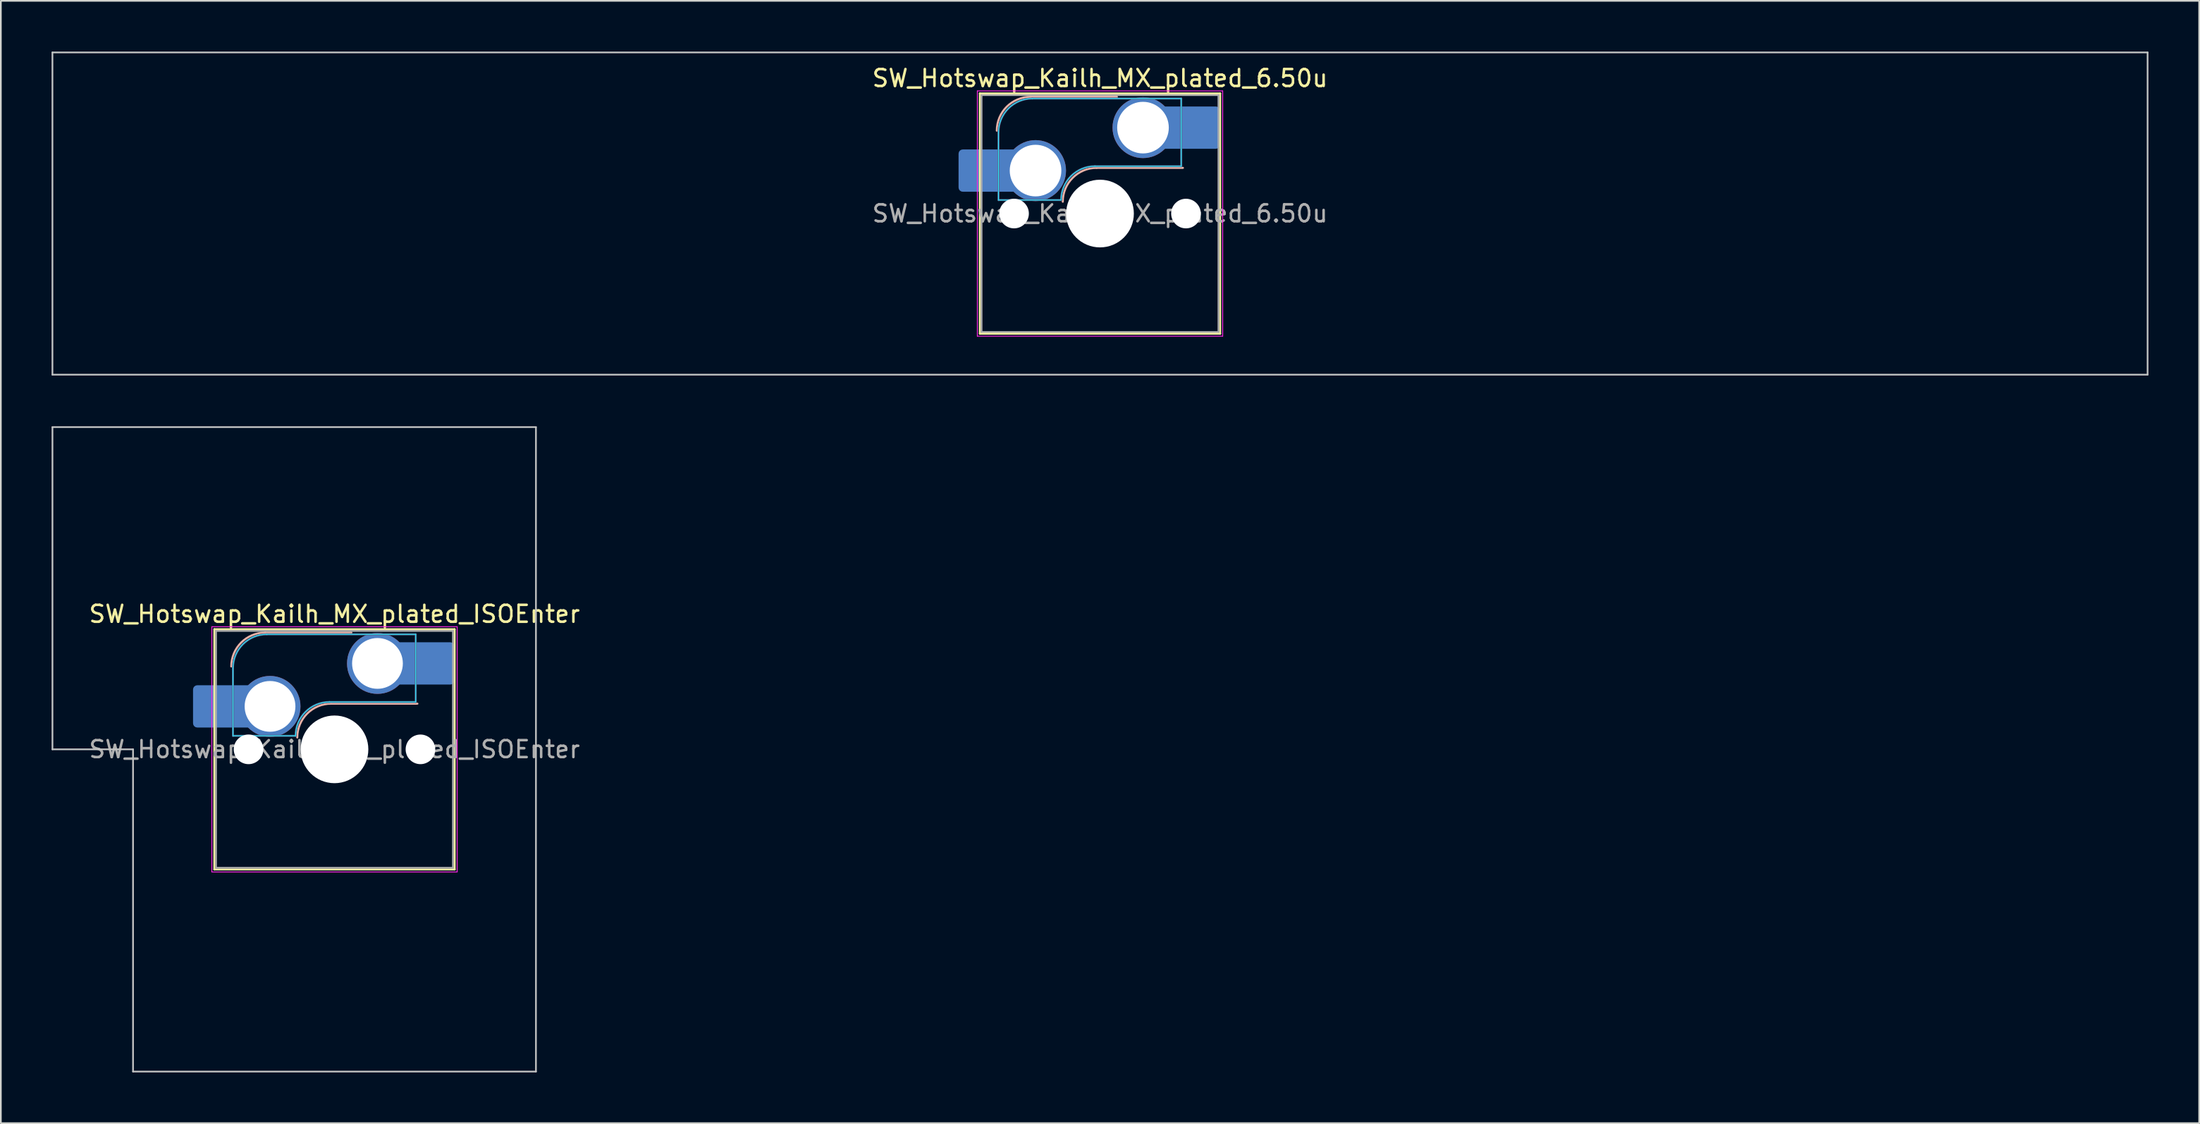
<source format=kicad_pcb>
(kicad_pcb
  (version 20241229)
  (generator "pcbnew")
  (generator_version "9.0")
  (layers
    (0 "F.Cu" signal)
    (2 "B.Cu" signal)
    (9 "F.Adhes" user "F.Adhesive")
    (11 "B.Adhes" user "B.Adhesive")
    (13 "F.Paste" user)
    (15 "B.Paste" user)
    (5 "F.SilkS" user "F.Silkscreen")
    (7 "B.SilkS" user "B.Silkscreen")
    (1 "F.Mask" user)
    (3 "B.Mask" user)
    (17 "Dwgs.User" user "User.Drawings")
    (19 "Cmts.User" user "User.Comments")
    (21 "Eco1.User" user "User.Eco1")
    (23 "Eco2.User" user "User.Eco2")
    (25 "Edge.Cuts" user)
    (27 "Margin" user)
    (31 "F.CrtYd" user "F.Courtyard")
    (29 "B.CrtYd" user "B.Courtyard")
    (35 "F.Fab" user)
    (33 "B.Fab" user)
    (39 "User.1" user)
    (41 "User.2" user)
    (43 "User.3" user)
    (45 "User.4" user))
  (footprint "SW_Hotswap_Kailh_MX_plated_6.50u"
    (layer "F.Cu")
    (at 61.962 9.575)
    (property "Reference" "SW_Hotswap_Kailh_MX_plated_6.50u" (at 0 -8 0) (layer "F.SilkS") (effects (font (size 1 1) (thickness 0.15))))
    (attr smd)
    (fp_line (start -7.1 -7.1) (end -7.1 7.1) (stroke (width 0.12) (type solid)) (layer "F.SilkS"))
    (fp_line (start -7.1 7.1) (end 7.1 7.1) (stroke (width 0.12) (type solid)) (layer "F.SilkS"))
    (fp_line (start 7.1 -7.1) (end -7.1 -7.1) (stroke (width 0.12) (type solid)) (layer "F.SilkS"))
    (fp_line (start 7.1 7.1) (end 7.1 -7.1) (stroke (width 0.12) (type solid)) (layer "F.SilkS"))
    (fp_line (start -4.1 -6.9) (end 1 -6.9) (stroke (width 0.12) (type solid)) (layer "B.SilkS"))
    (fp_line (start -0.2 -2.7) (end 4.9 -2.7) (stroke (width 0.12) (type solid)) (layer "B.SilkS"))
    (fp_arc (start -6.1 -4.9) (mid -5.514214 -6.314214) (end -4.1 -6.9) (stroke (width 0.12) (type solid)) (layer "B.SilkS"))
    (fp_arc (start -2.2 -0.7) (mid -1.614214 -2.114214) (end -0.2 -2.7) (stroke (width 0.12) (type solid)) (layer "B.SilkS"))
    (fp_line (start -61.913 -9.525) (end -61.913 9.525) (stroke (width 0.1) (type solid)) (layer "Dwgs.User"))
    (fp_line (start -61.913 9.525) (end 61.913 9.525) (stroke (width 0.1) (type solid)) (layer "Dwgs.User"))
    (fp_line (start 61.913 -9.525) (end -61.913 -9.525) (stroke (width 0.1) (type solid)) (layer "Dwgs.User"))
    (fp_line (start 61.913 9.525) (end 61.913 -9.525) (stroke (width 0.1) (type solid)) (layer "Dwgs.User"))
    (fp_line (start -7.8 -6) (end -7 -6) (stroke (width 0.1) (type solid)) (layer "Eco1.User"))
    (fp_line (start -7.8 -2.9) (end -7.8 -6) (stroke (width 0.1) (type solid)) (layer "Eco1.User"))
    (fp_line (start -7.8 2.9) (end -7 2.9) (stroke (width 0.1) (type solid)) (layer "Eco1.User"))
    (fp_line (start -7.8 6) (end -7.8 2.9) (stroke (width 0.1) (type solid)) (layer "Eco1.User"))
    (fp_line (start -7 -7) (end 7 -7) (stroke (width 0.1) (type solid)) (layer "Eco1.User"))
    (fp_line (start -7 -6) (end -7 -7) (stroke (width 0.1) (type solid)) (layer "Eco1.User"))
    (fp_line (start -7 -2.9) (end -7.8 -2.9) (stroke (width 0.1) (type solid)) (layer "Eco1.User"))
    (fp_line (start -7 2.9) (end -7 -2.9) (stroke (width 0.1) (type solid)) (layer "Eco1.User"))
    (fp_line (start -7 6) (end -7.8 6) (stroke (width 0.1) (type solid)) (layer "Eco1.User"))
    (fp_line (start -7 7) (end -7 6) (stroke (width 0.1) (type solid)) (layer "Eco1.User"))
    (fp_line (start 7 -7) (end 7 -6) (stroke (width 0.1) (type solid)) (layer "Eco1.User"))
    (fp_line (start 7 -6) (end 7.8 -6) (stroke (width 0.1) (type solid)) (layer "Eco1.User"))
    (fp_line (start 7 -2.9) (end 7 2.9) (stroke (width 0.1) (type solid)) (layer "Eco1.User"))
    (fp_line (start 7 2.9) (end 7.8 2.9) (stroke (width 0.1) (type solid)) (layer "Eco1.User"))
    (fp_line (start 7 6) (end 7 7) (stroke (width 0.1) (type solid)) (layer "Eco1.User"))
    (fp_line (start 7 7) (end -7 7) (stroke (width 0.1) (type solid)) (layer "Eco1.User"))
    (fp_line (start 7.8 -6) (end 7.8 -2.9) (stroke (width 0.1) (type solid)) (layer "Eco1.User"))
    (fp_line (start 7.8 -2.9) (end 7 -2.9) (stroke (width 0.1) (type solid)) (layer "Eco1.User"))
    (fp_line (start 7.8 2.9) (end 7.8 6) (stroke (width 0.1) (type solid)) (layer "Eco1.User"))
    (fp_line (start 7.8 6) (end 7 6) (stroke (width 0.1) (type solid)) (layer "Eco1.User"))
    (fp_line (start -6 -0.8) (end -6 -4.8) (stroke (width 0.05) (type solid)) (layer "B.CrtYd"))
    (fp_line (start -6 -0.8) (end -2.3 -0.8) (stroke (width 0.05) (type solid)) (layer "B.CrtYd"))
    (fp_line (start -4 -6.8) (end 4.8 -6.8) (stroke (width 0.05) (type solid)) (layer "B.CrtYd"))
    (fp_line (start -0.3 -2.8) (end 4.8 -2.8) (stroke (width 0.05) (type solid)) (layer "B.CrtYd"))
    (fp_line (start 4.8 -6.8) (end 4.8 -2.8) (stroke (width 0.05) (type solid)) (layer "B.CrtYd"))
    (fp_arc (start -6 -4.8) (mid -5.414214 -6.214214) (end -4 -6.8) (stroke (width 0.05) (type solid)) (layer "B.CrtYd"))
    (fp_arc (start -2.3 -0.8) (mid -1.714214 -2.214214) (end -0.3 -2.8) (stroke (width 0.05) (type solid)) (layer "B.CrtYd"))
    (fp_line (start -7.25 -7.25) (end -7.25 7.25) (stroke (width 0.05) (type solid)) (layer "F.CrtYd"))
    (fp_line (start -7.25 7.25) (end 7.25 7.25) (stroke (width 0.05) (type solid)) (layer "F.CrtYd"))
    (fp_line (start 7.25 -7.25) (end -7.25 -7.25) (stroke (width 0.05) (type solid)) (layer "F.CrtYd"))
    (fp_line (start 7.25 7.25) (end 7.25 -7.25) (stroke (width 0.05) (type solid)) (layer "F.CrtYd"))
    (fp_line (start -6 -0.8) (end -6 -4.8) (stroke (width 0.12) (type solid)) (layer "B.Fab"))
    (fp_line (start -6 -0.8) (end -2.3 -0.8) (stroke (width 0.12) (type solid)) (layer "B.Fab"))
    (fp_line (start -4 -6.8) (end 4.8 -6.8) (stroke (width 0.12) (type solid)) (layer "B.Fab"))
    (fp_line (start -0.3 -2.8) (end 4.8 -2.8) (stroke (width 0.12) (type solid)) (layer "B.Fab"))
    (fp_line (start 4.8 -6.8) (end 4.8 -2.8) (stroke (width 0.12) (type solid)) (layer "B.Fab"))
    (fp_arc (start -6 -4.8) (mid -5.414214 -6.214214) (end -4 -6.8) (stroke (width 0.12) (type solid)) (layer "B.Fab"))
    (fp_arc (start -2.3 -0.8) (mid -1.714214 -2.214214) (end -0.3 -2.8) (stroke (width 0.12) (type solid)) (layer "B.Fab"))
    (fp_line (start -7 -7) (end -7 7) (stroke (width 0.1) (type solid)) (layer "F.Fab"))
    (fp_line (start -7 7) (end 7 7) (stroke (width 0.1) (type solid)) (layer "F.Fab"))
    (fp_line (start 7 -7) (end -7 -7) (stroke (width 0.1) (type solid)) (layer "F.Fab"))
    (fp_line (start 7 7) (end 7 -7) (stroke (width 0.1) (type solid)) (layer "F.Fab"))
    (fp_text user "${REFERENCE}" (at 0 0 0) (layer "F.Fab") (effects (font (size 1 1) (thickness 0.15))))
    (pad "" smd roundrect (at -7.085 -2.54) (size 2.55 2.5) (layers "B.Mask" "B.Paste") (roundrect_rratio 0.1))
    (pad "" np_thru_hole circle (at -5.08 0) (size 1.75 1.75) (drill 1.75) (layers "*.Cu" "*.Mask"))
    (pad "" np_thru_hole circle (at 0 0) (size 4 4) (drill 4) (layers "*.Cu" "*.Mask"))
    (pad "" np_thru_hole circle (at 5.08 0) (size 1.75 1.75) (drill 1.75) (layers "*.Cu" "*.Mask"))
    (pad "" smd roundrect (at 5.842 -5.08) (size 2.55 2.5) (layers "B.Mask" "B.Paste") (roundrect_rratio 0.1))
    (pad "1" smd roundrect (at -6.585 -2.54) (size 3.55 2.5) (layers "B.Cu") (roundrect_rratio 0.1))
    (pad "1" thru_hole circle (at -3.81 -2.54) (size 3.6 3.6) (drill 3.05) (layers "*.Cu" "B.Mask"))
    (pad "2" thru_hole circle (at 2.54 -5.08) (size 3.6 3.6) (drill 3.05) (layers "*.Cu" "B.Mask"))
    (pad "2" smd roundrect (at 5.32 -5.08) (size 3.55 2.5) (layers "B.Cu") (roundrect_rratio 0.1)))
  (footprint "SW_Hotswap_Kailh_MX_plated_ISOEnter"
    (layer "F.Cu")
    (at 16.719 41.25)
    (property "Reference" "SW_Hotswap_Kailh_MX_plated_ISOEnter" (at 0 -8 0) (layer "F.SilkS") (effects (font (size 1 1) (thickness 0.15))))
    (attr smd)
    (fp_line (start -7.1 -7.1) (end -7.1 7.1) (stroke (width 0.12) (type solid)) (layer "F.SilkS"))
    (fp_line (start -7.1 7.1) (end 7.1 7.1) (stroke (width 0.12) (type solid)) (layer "F.SilkS"))
    (fp_line (start 7.1 -7.1) (end -7.1 -7.1) (stroke (width 0.12) (type solid)) (layer "F.SilkS"))
    (fp_line (start 7.1 7.1) (end 7.1 -7.1) (stroke (width 0.12) (type solid)) (layer "F.SilkS"))
    (fp_line (start -4.1 -6.9) (end 1 -6.9) (stroke (width 0.12) (type solid)) (layer "B.SilkS"))
    (fp_line (start -0.2 -2.7) (end 4.9 -2.7) (stroke (width 0.12) (type solid)) (layer "B.SilkS"))
    (fp_arc (start -6.1 -4.9) (mid -5.514214 -6.314214) (end -4.1 -6.9) (stroke (width 0.12) (type solid)) (layer "B.SilkS"))
    (fp_arc (start -2.2 -0.7) (mid -1.614214 -2.114214) (end -0.2 -2.7) (stroke (width 0.12) (type solid)) (layer "B.SilkS"))
    (fp_line (start -16.669 -19.05) (end -16.669 0) (stroke (width 0.1) (type solid)) (layer "Dwgs.User"))
    (fp_line (start -16.669 0) (end -11.906 0) (stroke (width 0.1) (type solid)) (layer "Dwgs.User"))
    (fp_line (start -11.906 0) (end -11.906 19.05) (stroke (width 0.1) (type solid)) (layer "Dwgs.User"))
    (fp_line (start -11.906 19.05) (end 11.906 19.05) (stroke (width 0.1) (type solid)) (layer "Dwgs.User"))
    (fp_line (start 11.906 -19.05) (end -16.669 -19.05) (stroke (width 0.1) (type solid)) (layer "Dwgs.User"))
    (fp_line (start 11.906 19.05) (end 11.906 -19.05) (stroke (width 0.1) (type solid)) (layer "Dwgs.User"))
    (fp_line (start -7.8 -6) (end -7 -6) (stroke (width 0.1) (type solid)) (layer "Eco1.User"))
    (fp_line (start -7.8 -2.9) (end -7.8 -6) (stroke (width 0.1) (type solid)) (layer "Eco1.User"))
    (fp_line (start -7.8 2.9) (end -7 2.9) (stroke (width 0.1) (type solid)) (layer "Eco1.User"))
    (fp_line (start -7.8 6) (end -7.8 2.9) (stroke (width 0.1) (type solid)) (layer "Eco1.User"))
    (fp_line (start -7 -7) (end 7 -7) (stroke (width 0.1) (type solid)) (layer "Eco1.User"))
    (fp_line (start -7 -6) (end -7 -7) (stroke (width 0.1) (type solid)) (layer "Eco1.User"))
    (fp_line (start -7 -2.9) (end -7.8 -2.9) (stroke (width 0.1) (type solid)) (layer "Eco1.User"))
    (fp_line (start -7 2.9) (end -7 -2.9) (stroke (width 0.1) (type solid)) (layer "Eco1.User"))
    (fp_line (start -7 6) (end -7.8 6) (stroke (width 0.1) (type solid)) (layer "Eco1.User"))
    (fp_line (start -7 7) (end -7 6) (stroke (width 0.1) (type solid)) (layer "Eco1.User"))
    (fp_line (start 7 -7) (end 7 -6) (stroke (width 0.1) (type solid)) (layer "Eco1.User"))
    (fp_line (start 7 -6) (end 7.8 -6) (stroke (width 0.1) (type solid)) (layer "Eco1.User"))
    (fp_line (start 7 -2.9) (end 7 2.9) (stroke (width 0.1) (type solid)) (layer "Eco1.User"))
    (fp_line (start 7 2.9) (end 7.8 2.9) (stroke (width 0.1) (type solid)) (layer "Eco1.User"))
    (fp_line (start 7 6) (end 7 7) (stroke (width 0.1) (type solid)) (layer "Eco1.User"))
    (fp_line (start 7 7) (end -7 7) (stroke (width 0.1) (type solid)) (layer "Eco1.User"))
    (fp_line (start 7.8 -6) (end 7.8 -2.9) (stroke (width 0.1) (type solid)) (layer "Eco1.User"))
    (fp_line (start 7.8 -2.9) (end 7 -2.9) (stroke (width 0.1) (type solid)) (layer "Eco1.User"))
    (fp_line (start 7.8 2.9) (end 7.8 6) (stroke (width 0.1) (type solid)) (layer "Eco1.User"))
    (fp_line (start 7.8 6) (end 7 6) (stroke (width 0.1) (type solid)) (layer "Eco1.User"))
    (fp_line (start -6 -0.8) (end -6 -4.8) (stroke (width 0.05) (type solid)) (layer "B.CrtYd"))
    (fp_line (start -6 -0.8) (end -2.3 -0.8) (stroke (width 0.05) (type solid)) (layer "B.CrtYd"))
    (fp_line (start -4 -6.8) (end 4.8 -6.8) (stroke (width 0.05) (type solid)) (layer "B.CrtYd"))
    (fp_line (start -0.3 -2.8) (end 4.8 -2.8) (stroke (width 0.05) (type solid)) (layer "B.CrtYd"))
    (fp_line (start 4.8 -6.8) (end 4.8 -2.8) (stroke (width 0.05) (type solid)) (layer "B.CrtYd"))
    (fp_arc (start -6 -4.8) (mid -5.414214 -6.214214) (end -4 -6.8) (stroke (width 0.05) (type solid)) (layer "B.CrtYd"))
    (fp_arc (start -2.3 -0.8) (mid -1.714214 -2.214214) (end -0.3 -2.8) (stroke (width 0.05) (type solid)) (layer "B.CrtYd"))
    (fp_line (start -7.25 -7.25) (end -7.25 7.25) (stroke (width 0.05) (type solid)) (layer "F.CrtYd"))
    (fp_line (start -7.25 7.25) (end 7.25 7.25) (stroke (width 0.05) (type solid)) (layer "F.CrtYd"))
    (fp_line (start 7.25 -7.25) (end -7.25 -7.25) (stroke (width 0.05) (type solid)) (layer "F.CrtYd"))
    (fp_line (start 7.25 7.25) (end 7.25 -7.25) (stroke (width 0.05) (type solid)) (layer "F.CrtYd"))
    (fp_line (start -6 -0.8) (end -6 -4.8) (stroke (width 0.12) (type solid)) (layer "B.Fab"))
    (fp_line (start -6 -0.8) (end -2.3 -0.8) (stroke (width 0.12) (type solid)) (layer "B.Fab"))
    (fp_line (start -4 -6.8) (end 4.8 -6.8) (stroke (width 0.12) (type solid)) (layer "B.Fab"))
    (fp_line (start -0.3 -2.8) (end 4.8 -2.8) (stroke (width 0.12) (type solid)) (layer "B.Fab"))
    (fp_line (start 4.8 -6.8) (end 4.8 -2.8) (stroke (width 0.12) (type solid)) (layer "B.Fab"))
    (fp_arc (start -6 -4.8) (mid -5.414214 -6.214214) (end -4 -6.8) (stroke (width 0.12) (type solid)) (layer "B.Fab"))
    (fp_arc (start -2.3 -0.8) (mid -1.714214 -2.214214) (end -0.3 -2.8) (stroke (width 0.12) (type solid)) (layer "B.Fab"))
    (fp_line (start -7 -7) (end -7 7) (stroke (width 0.1) (type solid)) (layer "F.Fab"))
    (fp_line (start -7 7) (end 7 7) (stroke (width 0.1) (type solid)) (layer "F.Fab"))
    (fp_line (start 7 -7) (end -7 -7) (stroke (width 0.1) (type solid)) (layer "F.Fab"))
    (fp_line (start 7 7) (end 7 -7) (stroke (width 0.1) (type solid)) (layer "F.Fab"))
    (fp_text user "${REFERENCE}" (at 0 0 0) (layer "F.Fab") (effects (font (size 1 1) (thickness 0.15))))
    (pad "" smd roundrect (at -7.085 -2.54) (size 2.55 2.5) (layers "B.Mask" "B.Paste") (roundrect_rratio 0.1))
    (pad "" np_thru_hole circle (at -5.08 0) (size 1.75 1.75) (drill 1.75) (layers "*.Cu" "*.Mask"))
    (pad "" np_thru_hole circle (at 0 0) (size 4 4) (drill 4) (layers "*.Cu" "*.Mask"))
    (pad "" np_thru_hole circle (at 5.08 0) (size 1.75 1.75) (drill 1.75) (layers "*.Cu" "*.Mask"))
    (pad "" smd roundrect (at 5.842 -5.08) (size 2.55 2.5) (layers "B.Mask" "B.Paste") (roundrect_rratio 0.1))
    (pad "1" smd roundrect (at -6.585 -2.54) (size 3.55 2.5) (layers "B.Cu") (roundrect_rratio 0.1))
    (pad "1" thru_hole circle (at -3.81 -2.54) (size 3.6 3.6) (drill 3) (layers "*.Cu" "B.Mask"))
    (pad "2" thru_hole circle (at 2.54 -5.08) (size 3.6 3.6) (drill 3) (layers "*.Cu" "B.Mask"))
    (pad "2" smd roundrect (at 5.32 -5.08) (size 3.55 2.5) (layers "B.Cu") (roundrect_rratio 0.1)))
  (gr_rect
    (start -3 -3)
    (end 126.925 63.35)
    (stroke (width 0.1) (type default))
    (fill no)
    (layer "Edge.Cuts")))
</source>
